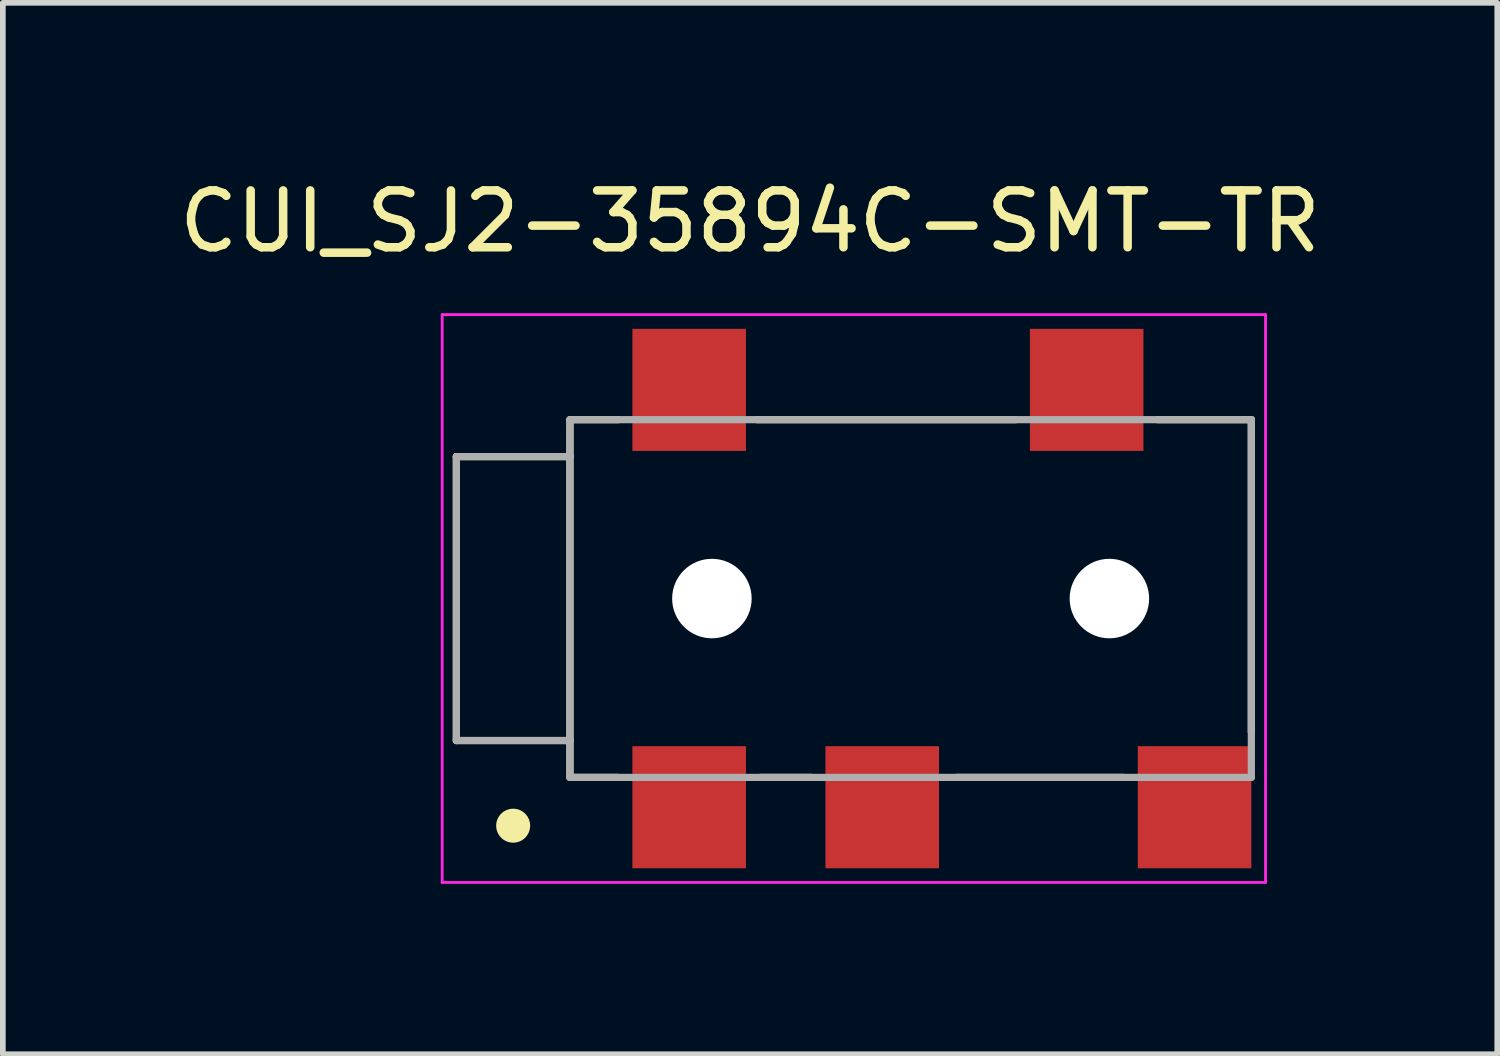
<source format=kicad_pcb>
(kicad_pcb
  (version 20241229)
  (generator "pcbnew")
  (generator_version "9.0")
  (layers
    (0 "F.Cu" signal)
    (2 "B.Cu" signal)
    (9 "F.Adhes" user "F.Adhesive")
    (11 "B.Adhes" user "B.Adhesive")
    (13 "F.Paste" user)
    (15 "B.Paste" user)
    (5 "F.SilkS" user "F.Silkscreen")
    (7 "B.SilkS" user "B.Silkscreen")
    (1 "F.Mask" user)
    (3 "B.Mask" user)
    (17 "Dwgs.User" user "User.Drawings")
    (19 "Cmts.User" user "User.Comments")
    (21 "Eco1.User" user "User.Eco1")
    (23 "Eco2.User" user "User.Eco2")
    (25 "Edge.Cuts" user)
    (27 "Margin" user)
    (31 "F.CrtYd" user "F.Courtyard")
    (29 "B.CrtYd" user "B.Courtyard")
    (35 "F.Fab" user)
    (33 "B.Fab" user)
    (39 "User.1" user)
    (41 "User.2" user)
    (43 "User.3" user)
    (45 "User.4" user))
  (footprint "CUI_SJ2-35894C-SMT-TR"
    (layer "F.Cu")
    (at 12.987 7.491)
    (property "Reference" "CUI_SJ2-35894C-SMT-TR" (at -2.828 -6.642 0) (layer "F.SilkS") (effects (font (size 1.001 1.001) (thickness 0.15))))
    (attr smd)
    (fp_line (start -8 -2.5) (end -6 -2.5) (stroke (width 0.127) (type solid)) (layer "F.SilkS"))
    (fp_line (start -8 2.5) (end -8 -2.5) (stroke (width 0.127) (type solid)) (layer "F.SilkS"))
    (fp_line (start -6 -3.15) (end -6 -2.5) (stroke (width 0.127) (type solid)) (layer "F.SilkS"))
    (fp_line (start -6 -2.5) (end -6 2.5) (stroke (width 0.127) (type solid)) (layer "F.SilkS"))
    (fp_line (start -6 2.5) (end -8 2.5) (stroke (width 0.127) (type solid)) (layer "F.SilkS"))
    (fp_line (start -6 2.5) (end -6 3.15) (stroke (width 0.127) (type solid)) (layer "F.SilkS"))
    (fp_line (start -6 3.15) (end -5.15 3.15) (stroke (width 0.127) (type solid)) (layer "F.SilkS"))
    (fp_line (start -5.15 -3.15) (end -6 -3.15) (stroke (width 0.127) (type solid)) (layer "F.SilkS"))
    (fp_line (start -2.7 -3.15) (end 1.85 -3.15) (stroke (width 0.127) (type solid)) (layer "F.SilkS"))
    (fp_line (start -2.65 3.15) (end -1.75 3.15) (stroke (width 0.127) (type solid)) (layer "F.SilkS"))
    (fp_line (start 3.75 3.15) (end 0.8 3.15) (stroke (width 0.127) (type solid)) (layer "F.SilkS"))
    (fp_line (start 4.35 -3.15) (end 6 -3.15) (stroke (width 0.127) (type solid)) (layer "F.SilkS"))
    (fp_line (start 6 -3.15) (end 6 2.35) (stroke (width 0.127) (type solid)) (layer "F.SilkS"))
    (fp_circle (center -7 4) (end -6.85 4) (stroke (width 0.3) (type solid)) (fill no) (layer "F.SilkS"))
    (fp_line (start -8.25 -5) (end -8.25 5) (stroke (width 0.05) (type solid)) (layer "F.CrtYd"))
    (fp_line (start -8.25 5) (end 6.25 5) (stroke (width 0.05) (type solid)) (layer "F.CrtYd"))
    (fp_line (start 6.25 -5) (end -8.25 -5) (stroke (width 0.05) (type solid)) (layer "F.CrtYd"))
    (fp_line (start 6.25 5) (end 6.25 -5) (stroke (width 0.05) (type solid)) (layer "F.CrtYd"))
    (fp_line (start -8 -2.5) (end -8 2.5) (stroke (width 0.127) (type solid)) (layer "F.Fab"))
    (fp_line (start -8 2.5) (end -6 2.5) (stroke (width 0.127) (type solid)) (layer "F.Fab"))
    (fp_line (start -6 -3.15) (end 6 -3.15) (stroke (width 0.127) (type solid)) (layer "F.Fab"))
    (fp_line (start -6 -2.5) (end -8 -2.5) (stroke (width 0.127) (type solid)) (layer "F.Fab"))
    (fp_line (start -6 -2.5) (end -6 -3.15) (stroke (width 0.127) (type solid)) (layer "F.Fab"))
    (fp_line (start -6 2.5) (end -6 -2.5) (stroke (width 0.127) (type solid)) (layer "F.Fab"))
    (fp_line (start -6 3.15) (end -6 2.5) (stroke (width 0.127) (type solid)) (layer "F.Fab"))
    (fp_line (start 6 -3.15) (end 6 3.15) (stroke (width 0.127) (type solid)) (layer "F.Fab"))
    (fp_line (start 6 3.15) (end -6 3.15) (stroke (width 0.127) (type solid)) (layer "F.Fab"))
    (pad "" np_thru_hole circle (at -3.5 0) (size 1.4 1.4) (drill 1.4) (layers "*.Cu" "*.Mask"))
    (pad "" np_thru_hole circle (at 3.5 0) (size 1.4 1.4) (drill 1.4) (layers "*.Cu" "*.Mask"))
    (pad "1" smd rect (at -3.9 3.675) (size 2 2.15) (layers "F.Cu" "F.Mask" "F.Paste"))
    (pad "2" smd rect (at 3.1 -3.675) (size 2 2.15) (layers "F.Cu" "F.Mask" "F.Paste"))
    (pad "3" smd rect (at -0.5 3.675) (size 2 2.15) (layers "F.Cu" "F.Mask" "F.Paste"))
    (pad "4" smd rect (at -3.9 -3.675) (size 2 2.15) (layers "F.Cu" "F.Mask" "F.Paste"))
    (pad "11" smd rect (at 5 3.675) (size 2 2.15) (layers "F.Cu" "F.Mask" "F.Paste")))
  (gr_rect
    (start -3 -3)
    (end 23.318 15.516)
    (stroke (width 0.1) (type default))
    (fill no)
    (layer "Edge.Cuts")))
</source>
